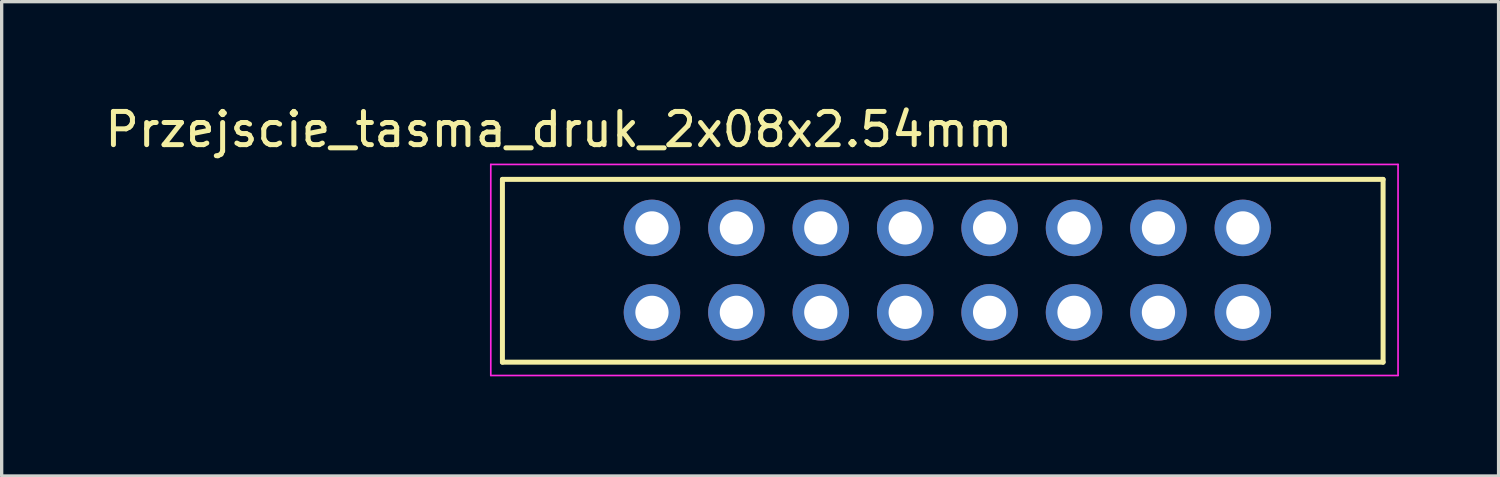
<source format=kicad_pcb>
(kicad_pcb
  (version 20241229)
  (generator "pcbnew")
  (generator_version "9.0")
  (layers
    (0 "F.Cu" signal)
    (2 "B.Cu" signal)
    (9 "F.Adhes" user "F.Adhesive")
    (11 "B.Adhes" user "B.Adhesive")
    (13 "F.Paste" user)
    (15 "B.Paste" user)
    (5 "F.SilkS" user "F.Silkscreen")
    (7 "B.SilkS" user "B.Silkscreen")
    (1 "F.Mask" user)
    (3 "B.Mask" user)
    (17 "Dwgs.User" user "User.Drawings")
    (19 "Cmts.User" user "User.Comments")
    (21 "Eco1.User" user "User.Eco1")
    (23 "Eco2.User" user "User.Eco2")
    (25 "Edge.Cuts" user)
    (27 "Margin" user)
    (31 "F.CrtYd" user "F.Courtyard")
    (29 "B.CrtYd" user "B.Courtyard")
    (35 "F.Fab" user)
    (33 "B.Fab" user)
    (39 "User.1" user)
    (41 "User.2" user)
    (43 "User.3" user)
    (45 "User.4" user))
  (footprint "Przejscie_tasma_druk_2x08x2.54mm"
    (layer "F.Cu")
    (at 16.568 6.348)
    (property "Reference" "Przejscie_tasma_druk_2x08x2.54mm" (at -2.8 -5.5 0) (layer "F.SilkS") (effects (font (size 1 1) (thickness 0.15))))
    (attr through_hole)
    (fp_line (start -4.5 -4) (end 22 -4) (stroke (width 0.15) (type solid)) (layer "F.SilkS"))
    (fp_line (start -4.5 1.5) (end -4.5 -4) (stroke (width 0.15) (type solid)) (layer "F.SilkS"))
    (fp_line (start 22 -4) (end 22 1.5) (stroke (width 0.15) (type solid)) (layer "F.SilkS"))
    (fp_line (start 22 1.5) (end -4.5 1.5) (stroke (width 0.15) (type solid)) (layer "F.SilkS"))
    (fp_line (start -4.85 -4.45) (end 22.45 -4.45) (stroke (width 0.05) (type solid)) (layer "F.CrtYd"))
    (fp_line (start -4.85 1.9) (end -4.85 -4.45) (stroke (width 0.05) (type solid)) (layer "F.CrtYd"))
    (fp_line (start 22.45 -4.45) (end 22.45 1.9) (stroke (width 0.05) (type solid)) (layer "F.CrtYd"))
    (fp_line (start 22.45 1.9) (end -4.85 1.9) (stroke (width 0.05) (type solid)) (layer "F.CrtYd"))
    (pad "1" thru_hole circle (at 0 0) (size 1.7 1.7) (drill 1) (layers "*.Cu" "*.Mask"))
    (pad "2" thru_hole circle (at 0 -2.54) (size 1.7 1.7) (drill 1) (layers "*.Cu" "*.Mask"))
    (pad "3" thru_hole circle (at 2.54 0) (size 1.7 1.7) (drill 1) (layers "*.Cu" "*.Mask"))
    (pad "4" thru_hole circle (at 2.54 -2.54) (size 1.7 1.7) (drill 1) (layers "*.Cu" "*.Mask"))
    (pad "5" thru_hole circle (at 5.08 0) (size 1.7 1.7) (drill 1) (layers "*.Cu" "*.Mask"))
    (pad "6" thru_hole circle (at 5.08 -2.54) (size 1.7 1.7) (drill 1) (layers "*.Cu" "*.Mask"))
    (pad "7" thru_hole circle (at 7.62 0) (size 1.7 1.7) (drill 1) (layers "*.Cu" "*.Mask"))
    (pad "8" thru_hole circle (at 7.62 -2.54) (size 1.7 1.7) (drill 1) (layers "*.Cu" "*.Mask"))
    (pad "9" thru_hole circle (at 10.16 0) (size 1.7 1.7) (drill 1) (layers "*.Cu" "*.Mask"))
    (pad "10" thru_hole circle (at 10.16 -2.54) (size 1.7 1.7) (drill 1) (layers "*.Cu" "*.Mask"))
    (pad "11" thru_hole circle (at 12.7 0) (size 1.7 1.7) (drill 1) (layers "*.Cu" "*.Mask"))
    (pad "12" thru_hole circle (at 12.7 -2.54) (size 1.7 1.7) (drill 1) (layers "*.Cu" "*.Mask"))
    (pad "13" thru_hole circle (at 15.24 0) (size 1.7 1.7) (drill 1) (layers "*.Cu" "*.Mask"))
    (pad "14" thru_hole circle (at 15.24 -2.54) (size 1.7 1.7) (drill 1) (layers "*.Cu" "*.Mask"))
    (pad "15" thru_hole circle (at 17.78 0) (size 1.7 1.7) (drill 1) (layers "*.Cu" "*.Mask"))
    (pad "16" thru_hole circle (at 17.78 -2.54) (size 1.7 1.7) (drill 1) (layers "*.Cu" "*.Mask")))
  (gr_rect
    (start -3 -3)
    (end 42.043 11.273)
    (stroke (width 0.1) (type default))
    (fill no)
    (layer "Edge.Cuts")))
</source>
